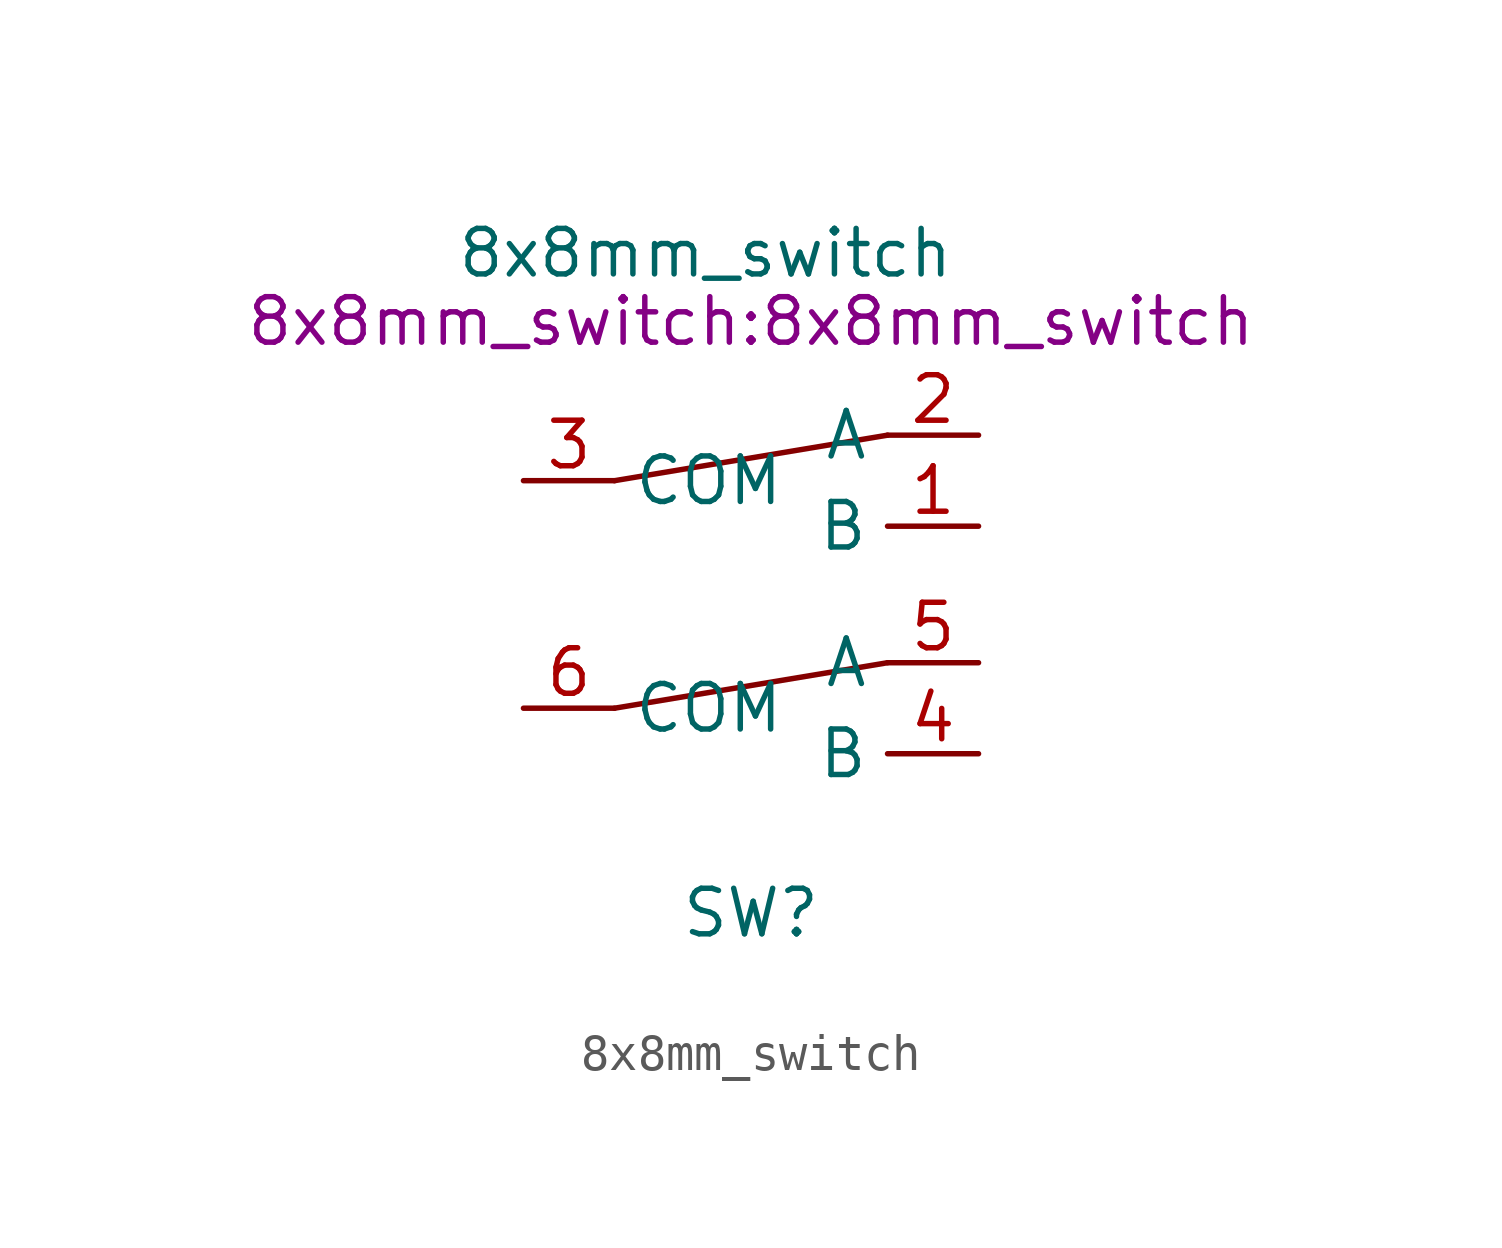
<source format=kicad_sym>
(kicad_symbol_lib
  (version 20211014)
  (generator kicad_symbol_editor)
  (symbol "8x8mm_switch"
    (property "Reference" "SW"
      (at 0 -9.525 0)
      (effects (font (size 1.27 1.27))))
    (property "Value" "8x8mm_switch"
      (at -1.27 8.89 0)
      (effects (font (size 1.27 1.27))))
    (property "Footprint" "8x8mm_switch:8x8mm_switch"
      (at 0 6.985 0)
      (effects (font (size 1.27 1.27))))
    (symbol "8x8mm_switch_0_1"
      (polyline (pts (xy -3.81 -3.81) (xy 3.81 -2.54)) (stroke (width 0) (type default) (color 0 0 0 0)) (fill (type none)))
      (polyline (pts (xy -3.81 2.54) (xy 3.81 3.81)) (stroke (width 0) (type default) (color 0 0 0 0)) (fill (type none))))
    (symbol "8x8mm_switch_1_1"
      (pin passive line (at 6.35 1.27 180) (length 2.54) (name "B" (effects (font (size 1.27 1.27)))) (number "1" (effects (font (size 1.27 1.27)))))
      (pin passive line (at 6.35 3.81 180) (length 2.54) (name "A" (effects (font (size 1.27 1.27)))) (number "2" (effects (font (size 1.27 1.27)))))
      (pin passive line (at -6.35 2.54 0) (length 2.54) (name "COM" (effects (font (size 1.27 1.27)))) (number "3" (effects (font (size 1.27 1.27)))))
      (pin passive line (at 6.35 -5.08 180) (length 2.54) (name "B" (effects (font (size 1.27 1.27)))) (number "4" (effects (font (size 1.27 1.27)))))
      (pin passive line (at 6.35 -2.54 180) (length 2.54) (name "A" (effects (font (size 1.27 1.27)))) (number "5" (effects (font (size 1.27 1.27)))))
      (pin passive line (at -6.35 -3.81 0) (length 2.54) (name "COM" (effects (font (size 1.27 1.27)))) (number "6" (effects (font (size 1.27 1.27))))))))
</source>
